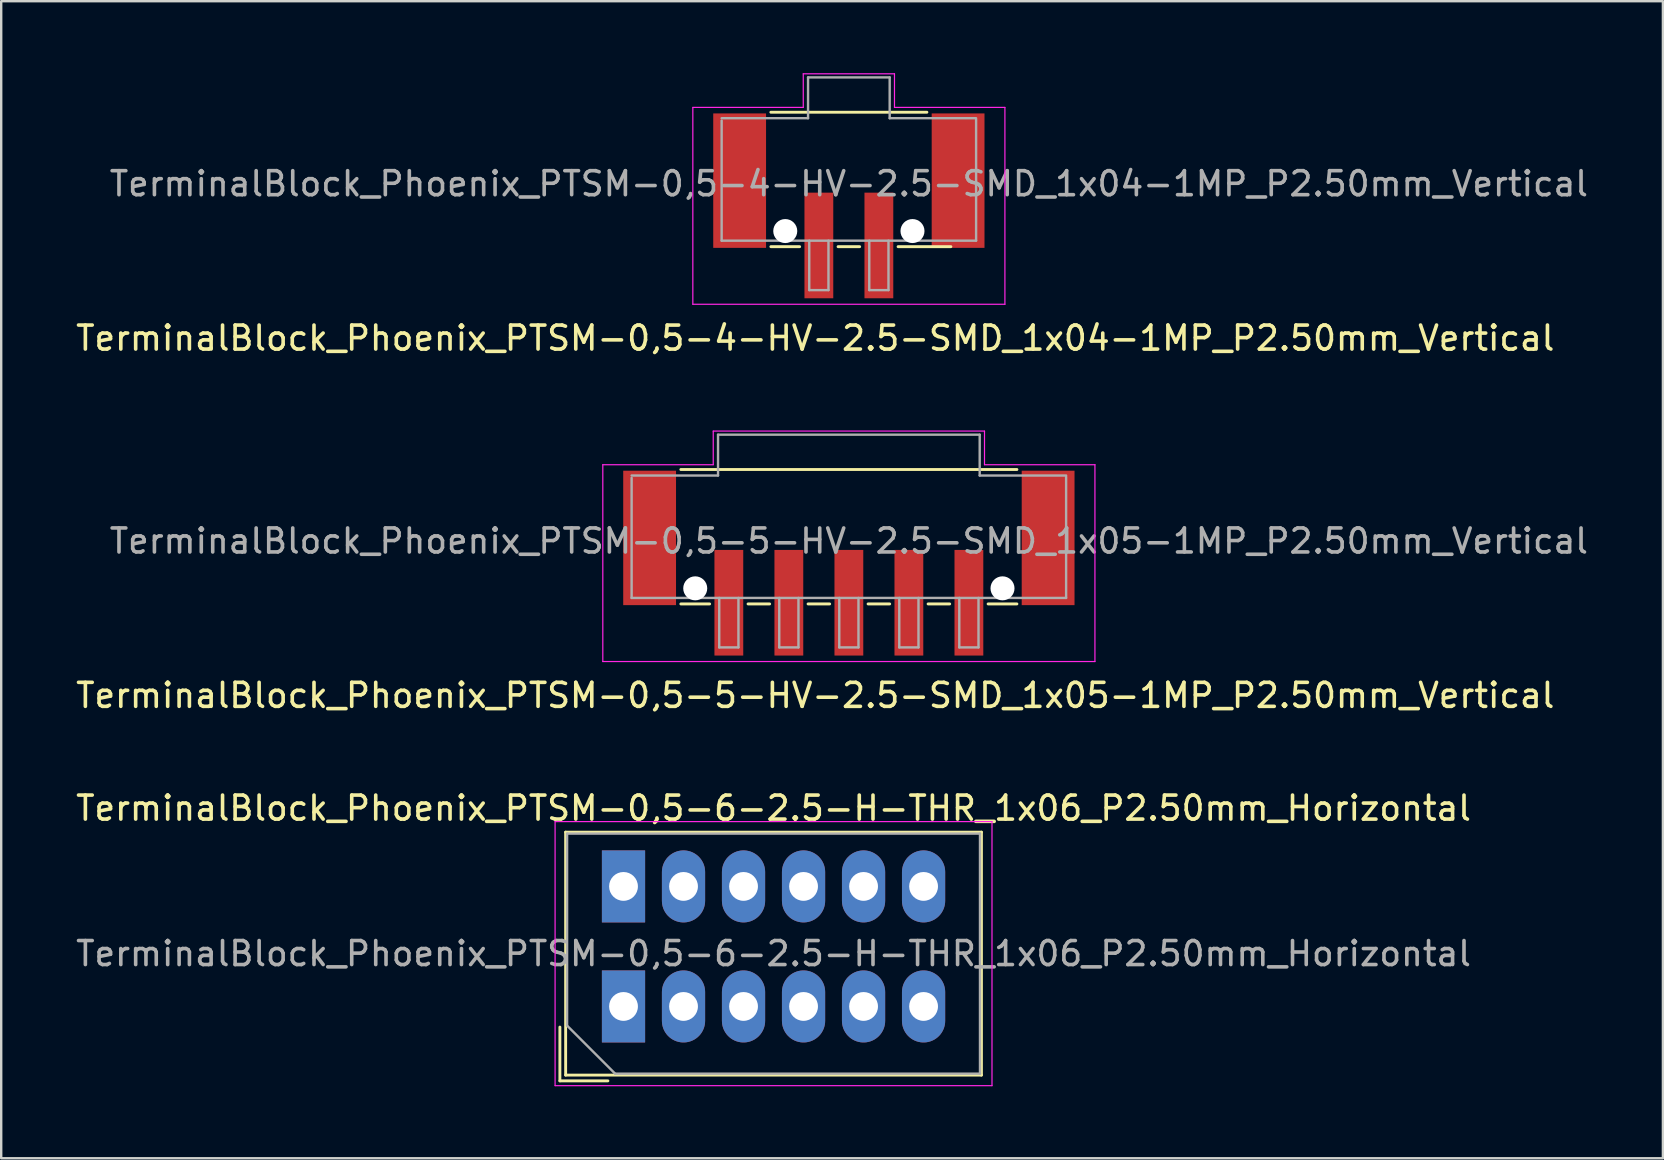
<source format=kicad_pcb>
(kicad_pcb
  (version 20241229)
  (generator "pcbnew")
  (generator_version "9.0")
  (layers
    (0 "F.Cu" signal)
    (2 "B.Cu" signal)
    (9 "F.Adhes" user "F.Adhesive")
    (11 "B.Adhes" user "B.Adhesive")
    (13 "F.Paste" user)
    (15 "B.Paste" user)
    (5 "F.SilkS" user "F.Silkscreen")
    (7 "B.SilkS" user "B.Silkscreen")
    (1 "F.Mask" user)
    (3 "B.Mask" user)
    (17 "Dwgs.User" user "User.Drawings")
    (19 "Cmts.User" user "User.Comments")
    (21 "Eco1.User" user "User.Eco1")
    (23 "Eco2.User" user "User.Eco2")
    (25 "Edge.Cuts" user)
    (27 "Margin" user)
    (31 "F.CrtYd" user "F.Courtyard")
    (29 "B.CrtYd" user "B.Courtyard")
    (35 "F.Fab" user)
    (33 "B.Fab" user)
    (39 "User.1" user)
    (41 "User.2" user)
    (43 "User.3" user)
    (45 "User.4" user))
  (footprint "TerminalBlock_Phoenix_PTSM-0,5-4-HV-2.5-SMD_1x04-1MP_P2.50mm_Vertical"
    (layer "F.Cu")
    (at 32.311 5.525)
    (property "Reference" "TerminalBlock_Phoenix_PTSM-0,5-4-HV-2.5-SMD_1x04-1MP_P2.50mm_Vertical" (at -1.4 5.51 0) (layer "F.SilkS") (effects (font (size 1 1) (thickness 0.15))))
    (attr smd)
    (fp_line (start -3.25 -3.9) (end 3.25 -3.9) (stroke (width 0.12) (type solid)) (layer "F.SilkS"))
    (fp_line (start -2.05 1.7) (end -3.25 1.7) (stroke (width 0.12) (type solid)) (layer "F.SilkS"))
    (fp_line (start 0.45 1.7) (end -0.45 1.7) (stroke (width 0.12) (type solid)) (layer "F.SilkS"))
    (fp_line (start 4.25 1.7) (end 2.05 1.7) (stroke (width 0.12) (type solid)) (layer "F.SilkS"))
    (fp_line (start -6.5 -4.1) (end -1.9 -4.1) (stroke (width 0.05) (type solid)) (layer "F.CrtYd"))
    (fp_line (start -6.5 4.1) (end -6.5 -4.1) (stroke (width 0.05) (type solid)) (layer "F.CrtYd"))
    (fp_line (start -1.9 -5.5) (end 1.9 -5.5) (stroke (width 0.05) (type solid)) (layer "F.CrtYd"))
    (fp_line (start -1.9 -4.1) (end -1.9 -5.5) (stroke (width 0.05) (type solid)) (layer "F.CrtYd"))
    (fp_line (start 1.9 -4.1) (end 1.9 -5.5) (stroke (width 0.05) (type solid)) (layer "F.CrtYd"))
    (fp_line (start 6.5 -4.1) (end 1.9 -4.1) (stroke (width 0.05) (type solid)) (layer "F.CrtYd"))
    (fp_line (start 6.5 -4.1) (end 6.5 4.1) (stroke (width 0.05) (type solid)) (layer "F.CrtYd"))
    (fp_line (start 6.5 4.1) (end -6.5 4.1) (stroke (width 0.05) (type solid)) (layer "F.CrtYd"))
    (fp_line (start -5.3 -3.65) (end -1.7 -3.65) (stroke (width 0.1) (type solid)) (layer "F.Fab"))
    (fp_line (start -5.3 1.45) (end -5.3 -3.55) (stroke (width 0.1) (type solid)) (layer "F.Fab"))
    (fp_line (start -1.7 -5.35) (end 1.7 -5.35) (stroke (width 0.1) (type solid)) (layer "F.Fab"))
    (fp_line (start -1.7 -3.65) (end -1.7 -5.35) (stroke (width 0.1) (type solid)) (layer "F.Fab"))
    (fp_line (start -1.65 1.45) (end -1.65 3.51) (stroke (width 0.1) (type solid)) (layer "F.Fab"))
    (fp_line (start -1.65 3.51) (end -0.85 3.51) (stroke (width 0.1) (type solid)) (layer "F.Fab"))
    (fp_line (start -0.85 1.45) (end -0.85 3.51) (stroke (width 0.1) (type solid)) (layer "F.Fab"))
    (fp_line (start 0.85 1.45) (end 0.85 3.51) (stroke (width 0.1) (type solid)) (layer "F.Fab"))
    (fp_line (start 0.85 3.51) (end 1.65 3.51) (stroke (width 0.1) (type solid)) (layer "F.Fab"))
    (fp_line (start 1.65 1.45) (end 1.65 3.51) (stroke (width 0.1) (type solid)) (layer "F.Fab"))
    (fp_line (start 1.7 -5.35) (end 1.7 -3.65) (stroke (width 0.1) (type solid)) (layer "F.Fab"))
    (fp_line (start 1.7 -3.65) (end 5.3 -3.65) (stroke (width 0.1) (type solid)) (layer "F.Fab"))
    (fp_line (start 5.3 1.45) (end -5.3 1.45) (stroke (width 0.1) (type solid)) (layer "F.Fab"))
    (fp_line (start 5.3 1.45) (end 5.3 -3.6) (stroke (width 0.1) (type solid)) (layer "F.Fab"))
    (fp_text user "${REFERENCE}" (at 0 -0.92 0) (layer "F.Fab") (effects (font (size 1 1) (thickness 0.15))))
    (pad "" np_thru_hole circle (at -2.65 1.05) (size 1 1) (drill 1) (layers "*.Cu" "*.Mask"))
    (pad "" np_thru_hole circle (at 2.65 1.05) (size 1 1) (drill 1) (layers "*.Cu" "*.Mask"))
    (pad "1" smd rect (at -1.25 1.65 180) (size 1.2 4.4) (layers "F.Cu" "F.Mask" "F.Paste"))
    (pad "2" smd rect (at 1.25 1.65 180) (size 1.2 4.4) (layers "F.Cu" "F.Mask" "F.Paste"))
    (pad "MP" smd rect (at -4.55 -1.05 180) (size 2.2 5.6) (layers "F.Cu" "F.Mask" "F.Paste"))
    (pad "MP" smd rect (at 4.55 -1.05 180) (size 2.2 5.6) (layers "F.Cu" "F.Mask" "F.Paste")))
  (footprint "TerminalBlock_Phoenix_PTSM-0,5-5-HV-2.5-SMD_1x05-1MP_P2.50mm_Vertical"
    (layer "F.Cu")
    (at 32.311 20.408)
    (property "Reference" "TerminalBlock_Phoenix_PTSM-0,5-5-HV-2.5-SMD_1x05-1MP_P2.50mm_Vertical" (at -1.4 5.51 0) (layer "F.SilkS") (effects (font (size 1 1) (thickness 0.15))))
    (attr smd)
    (fp_line (start -7 -3.9) (end 7 -3.9) (stroke (width 0.12) (type solid)) (layer "F.SilkS"))
    (fp_line (start -5.8 1.7) (end -7 1.7) (stroke (width 0.12) (type solid)) (layer "F.SilkS"))
    (fp_line (start -3.3 1.7) (end -4.2 1.7) (stroke (width 0.12) (type solid)) (layer "F.SilkS"))
    (fp_line (start -0.8 1.7) (end -1.7 1.7) (stroke (width 0.12) (type solid)) (layer "F.SilkS"))
    (fp_line (start 1.7 1.7) (end 0.8 1.7) (stroke (width 0.12) (type solid)) (layer "F.SilkS"))
    (fp_line (start 4.2 1.7) (end 3.3 1.7) (stroke (width 0.12) (type solid)) (layer "F.SilkS"))
    (fp_line (start 7 1.7) (end 5.8 1.7) (stroke (width 0.12) (type solid)) (layer "F.SilkS"))
    (fp_line (start -10.25 -4.1) (end -5.65 -4.1) (stroke (width 0.05) (type solid)) (layer "F.CrtYd"))
    (fp_line (start -10.25 4.1) (end -10.25 -4.1) (stroke (width 0.05) (type solid)) (layer "F.CrtYd"))
    (fp_line (start -5.65 -5.5) (end 5.65 -5.5) (stroke (width 0.05) (type solid)) (layer "F.CrtYd"))
    (fp_line (start -5.65 -4.1) (end -5.65 -5.5) (stroke (width 0.05) (type solid)) (layer "F.CrtYd"))
    (fp_line (start 5.65 -4.1) (end 5.65 -5.5) (stroke (width 0.05) (type solid)) (layer "F.CrtYd"))
    (fp_line (start 10.25 -4.1) (end 5.65 -4.1) (stroke (width 0.05) (type solid)) (layer "F.CrtYd"))
    (fp_line (start 10.25 -4.1) (end 10.25 4.1) (stroke (width 0.05) (type solid)) (layer "F.CrtYd"))
    (fp_line (start 10.25 4.1) (end -10.25 4.1) (stroke (width 0.05) (type solid)) (layer "F.CrtYd"))
    (fp_line (start -9.05 -3.65) (end -5.45 -3.65) (stroke (width 0.1) (type solid)) (layer "F.Fab"))
    (fp_line (start -9.05 1.45) (end -9.05 -3.55) (stroke (width 0.1) (type solid)) (layer "F.Fab"))
    (fp_line (start -5.45 -5.35) (end 5.45 -5.35) (stroke (width 0.1) (type solid)) (layer "F.Fab"))
    (fp_line (start -5.45 -3.65) (end -5.45 -5.35) (stroke (width 0.1) (type solid)) (layer "F.Fab"))
    (fp_line (start -5.4 1.45) (end -5.4 3.51) (stroke (width 0.1) (type solid)) (layer "F.Fab"))
    (fp_line (start -5.4 3.51) (end -4.6 3.51) (stroke (width 0.1) (type solid)) (layer "F.Fab"))
    (fp_line (start -4.6 1.45) (end -4.6 3.51) (stroke (width 0.1) (type solid)) (layer "F.Fab"))
    (fp_line (start -2.9 1.45) (end -2.9 3.51) (stroke (width 0.1) (type solid)) (layer "F.Fab"))
    (fp_line (start -2.9 3.51) (end -2.1 3.51) (stroke (width 0.1) (type solid)) (layer "F.Fab"))
    (fp_line (start -2.1 1.45) (end -2.1 3.51) (stroke (width 0.1) (type solid)) (layer "F.Fab"))
    (fp_line (start -0.4 1.45) (end -0.4 3.51) (stroke (width 0.1) (type solid)) (layer "F.Fab"))
    (fp_line (start -0.4 3.51) (end 0.4 3.51) (stroke (width 0.1) (type solid)) (layer "F.Fab"))
    (fp_line (start 0.4 1.45) (end 0.4 3.51) (stroke (width 0.1) (type solid)) (layer "F.Fab"))
    (fp_line (start 2.1 1.45) (end 2.1 3.51) (stroke (width 0.1) (type solid)) (layer "F.Fab"))
    (fp_line (start 2.1 3.51) (end 2.9 3.51) (stroke (width 0.1) (type solid)) (layer "F.Fab"))
    (fp_line (start 2.9 1.45) (end 2.9 3.51) (stroke (width 0.1) (type solid)) (layer "F.Fab"))
    (fp_line (start 4.6 1.45) (end 4.6 3.51) (stroke (width 0.1) (type solid)) (layer "F.Fab"))
    (fp_line (start 4.6 3.51) (end 5.4 3.51) (stroke (width 0.1) (type solid)) (layer "F.Fab"))
    (fp_line (start 5.4 1.45) (end 5.4 3.51) (stroke (width 0.1) (type solid)) (layer "F.Fab"))
    (fp_line (start 5.45 -5.35) (end 5.45 -3.65) (stroke (width 0.1) (type solid)) (layer "F.Fab"))
    (fp_line (start 5.45 -3.65) (end 9.05 -3.65) (stroke (width 0.1) (type solid)) (layer "F.Fab"))
    (fp_line (start 9.05 1.45) (end -9.05 1.45) (stroke (width 0.1) (type solid)) (layer "F.Fab"))
    (fp_line (start 9.05 1.45) (end 9.05 -3.6) (stroke (width 0.1) (type solid)) (layer "F.Fab"))
    (fp_text user "${REFERENCE}" (at 0 -0.92 0) (layer "F.Fab") (effects (font (size 1 1) (thickness 0.15))))
    (pad "" np_thru_hole circle (at -6.4 1.05) (size 1 1) (drill 1) (layers "*.Cu" "*.Mask"))
    (pad "" np_thru_hole circle (at 6.4 1.05) (size 1 1) (drill 1) (layers "*.Cu" "*.Mask"))
    (pad "1" smd rect (at -5 1.65 180) (size 1.2 4.4) (layers "F.Cu" "F.Mask" "F.Paste"))
    (pad "2" smd rect (at -2.5 1.65 180) (size 1.2 4.4) (layers "F.Cu" "F.Mask" "F.Paste"))
    (pad "3" smd rect (at 0 1.65 180) (size 1.2 4.4) (layers "F.Cu" "F.Mask" "F.Paste"))
    (pad "4" smd rect (at 2.5 1.65 180) (size 1.2 4.4) (layers "F.Cu" "F.Mask" "F.Paste"))
    (pad "5" smd rect (at 5 1.65 180) (size 1.2 4.4) (layers "F.Cu" "F.Mask" "F.Paste"))
    (pad "MP" smd rect (at -8.3 -1.05 180) (size 2.2 5.6) (layers "F.Cu" "F.Mask" "F.Paste"))
    (pad "MP" smd rect (at 8.3 -1.05 180) (size 2.2 5.6) (layers "F.Cu" "F.Mask" "F.Paste")))
  (footprint "TerminalBlock_Phoenix_PTSM-0,5-6-2.5-H-THR_1x06_P2.50mm_Horizontal"
    (layer "F.Cu")
    (at 22.923 38.875)
    (property "Reference" "TerminalBlock_Phoenix_PTSM-0,5-6-2.5-H-THR_1x06_P2.50mm_Horizontal" (at 6.25 -8.26 0) (layer "F.SilkS") (effects (font (size 1 1) (thickness 0.15))))
    (attr through_hole)
    (fp_line (start -2.65 0.86) (end -2.65 3.1) (stroke (width 0.12) (type solid)) (layer "F.SilkS"))
    (fp_line (start -2.65 3.1) (end -0.65 3.1) (stroke (width 0.12) (type solid)) (layer "F.SilkS"))
    (fp_line (start -2.41 -7.26) (end -2.41 2.86) (stroke (width 0.12) (type solid)) (layer "F.SilkS"))
    (fp_line (start -2.41 -7.26) (end 14.91 -7.26) (stroke (width 0.12) (type solid)) (layer "F.SilkS"))
    (fp_line (start -2.41 2.86) (end 14.91 2.86) (stroke (width 0.12) (type solid)) (layer "F.SilkS"))
    (fp_line (start 14.91 -7.26) (end 14.91 2.86) (stroke (width 0.12) (type solid)) (layer "F.SilkS"))
    (fp_line (start -2.85 -7.7) (end -2.85 3.3) (stroke (width 0.05) (type solid)) (layer "F.CrtYd"))
    (fp_line (start -2.85 3.3) (end 15.35 3.3) (stroke (width 0.05) (type solid)) (layer "F.CrtYd"))
    (fp_line (start 15.35 -7.7) (end -2.85 -7.7) (stroke (width 0.05) (type solid)) (layer "F.CrtYd"))
    (fp_line (start 15.35 3.3) (end 15.35 -7.7) (stroke (width 0.05) (type solid)) (layer "F.CrtYd"))
    (fp_line (start -2.35 -7.2) (end 14.85 -7.2) (stroke (width 0.1) (type solid)) (layer "F.Fab"))
    (fp_line (start -2.35 0.8) (end -2.35 -7.2) (stroke (width 0.1) (type solid)) (layer "F.Fab"))
    (fp_line (start -0.35 2.8) (end -2.35 0.8) (stroke (width 0.1) (type solid)) (layer "F.Fab"))
    (fp_line (start 14.85 -7.2) (end 14.85 2.8) (stroke (width 0.1) (type solid)) (layer "F.Fab"))
    (fp_line (start 14.85 2.8) (end -0.35 2.8) (stroke (width 0.1) (type solid)) (layer "F.Fab"))
    (fp_text user "${REFERENCE}" (at 6.25 -2.2 0) (layer "F.Fab") (effects (font (size 1 1) (thickness 0.15))))
    (pad "1" thru_hole rect (at 0 -5) (size 1.8 3) (drill 1.2) (layers "*.Cu" "*.Mask"))
    (pad "1" thru_hole rect (at 0 0) (size 1.8 3) (drill 1.2) (layers "*.Cu" "*.Mask"))
    (pad "2" thru_hole oval (at 2.5 -5) (size 1.8 3) (drill 1.2) (layers "*.Cu" "*.Mask"))
    (pad "2" thru_hole oval (at 2.5 0) (size 1.8 3) (drill 1.2) (layers "*.Cu" "*.Mask"))
    (pad "3" thru_hole oval (at 5 -5) (size 1.8 3) (drill 1.2) (layers "*.Cu" "*.Mask"))
    (pad "3" thru_hole oval (at 5 0) (size 1.8 3) (drill 1.2) (layers "*.Cu" "*.Mask"))
    (pad "4" thru_hole oval (at 7.5 -5) (size 1.8 3) (drill 1.2) (layers "*.Cu" "*.Mask"))
    (pad "4" thru_hole oval (at 7.5 0) (size 1.8 3) (drill 1.2) (layers "*.Cu" "*.Mask"))
    (pad "5" thru_hole oval (at 10 -5) (size 1.8 3) (drill 1.2) (layers "*.Cu" "*.Mask"))
    (pad "5" thru_hole oval (at 10 0) (size 1.8 3) (drill 1.2) (layers "*.Cu" "*.Mask"))
    (pad "6" thru_hole oval (at 12.5 -5) (size 1.8 3) (drill 1.2) (layers "*.Cu" "*.Mask"))
    (pad "6" thru_hole oval (at 12.5 0) (size 1.8 3) (drill 1.2) (layers "*.Cu" "*.Mask")))
  (gr_rect
    (start -3 -3)
    (end 66.221 45.2)
    (stroke (width 0.1) (type default))
    (fill no)
    (layer "Edge.Cuts")))
</source>
